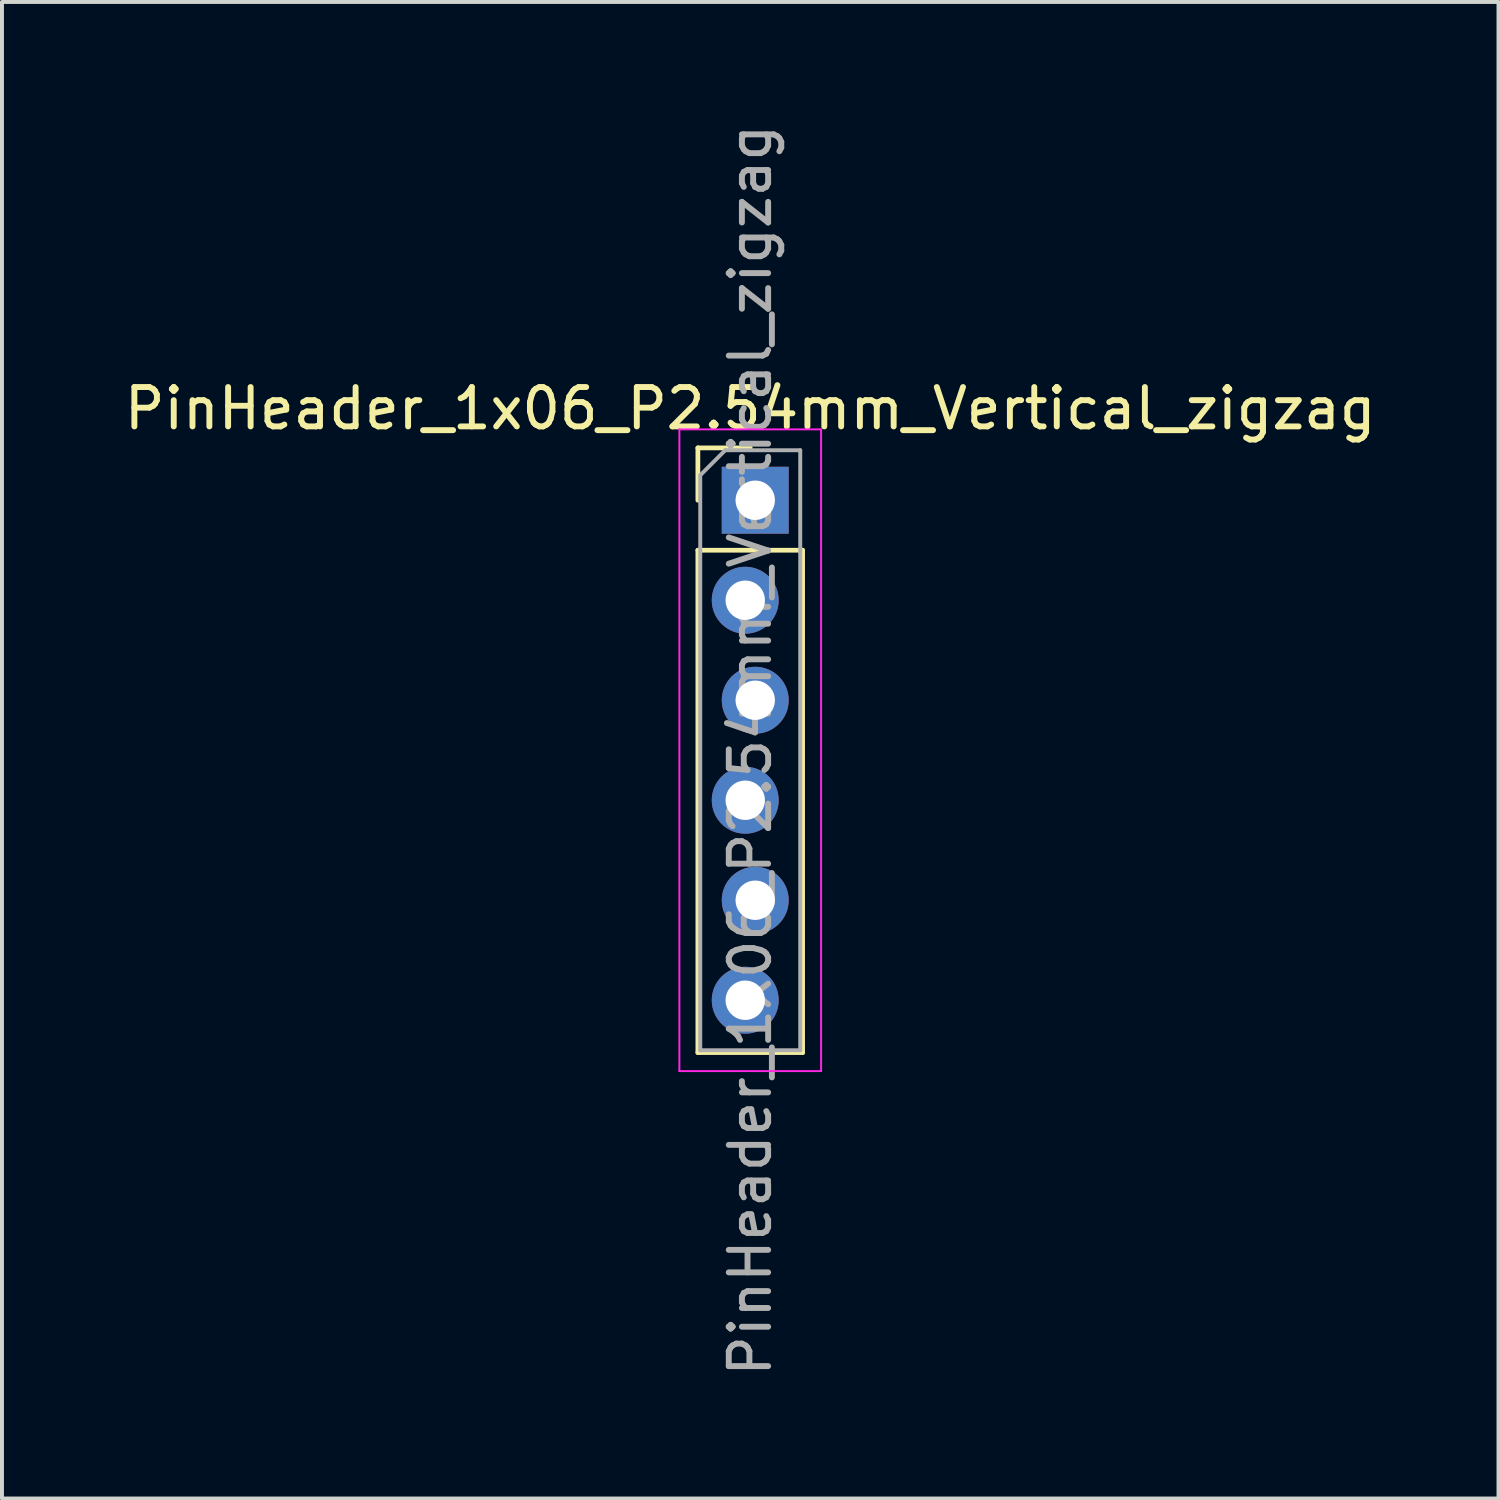
<source format=kicad_pcb>
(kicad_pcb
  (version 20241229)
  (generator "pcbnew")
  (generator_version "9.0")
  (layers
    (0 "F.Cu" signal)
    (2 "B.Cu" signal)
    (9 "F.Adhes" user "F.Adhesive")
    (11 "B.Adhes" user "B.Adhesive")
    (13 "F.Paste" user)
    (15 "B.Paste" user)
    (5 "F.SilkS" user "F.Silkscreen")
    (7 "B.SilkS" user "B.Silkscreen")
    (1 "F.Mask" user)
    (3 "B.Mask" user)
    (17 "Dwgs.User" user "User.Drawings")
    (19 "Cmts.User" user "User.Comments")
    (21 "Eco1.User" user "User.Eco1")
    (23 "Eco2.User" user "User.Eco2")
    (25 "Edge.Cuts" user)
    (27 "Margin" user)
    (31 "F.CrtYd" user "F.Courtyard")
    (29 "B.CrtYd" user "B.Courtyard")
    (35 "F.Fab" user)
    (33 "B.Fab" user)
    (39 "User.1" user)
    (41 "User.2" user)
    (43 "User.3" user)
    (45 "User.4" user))
  (footprint "PinHeader_1x06_P2.54mm_Vertical_zigzag"
    (layer "F.Cu")
    (at 16.006 9.656)
    (property "Reference" "PinHeader_1x06_P2.54mm_Vertical_zigzag" (at 0 -2.33 0) (layer "F.SilkS") (effects (font (size 1 1) (thickness 0.15))))
    (attr through_hole)
    (fp_line (start -1.33 -1.33) (end 0 -1.33) (stroke (width 0.12) (type solid)) (layer "F.SilkS"))
    (fp_line (start -1.33 0) (end -1.33 -1.33) (stroke (width 0.12) (type solid)) (layer "F.SilkS"))
    (fp_line (start -1.33 1.27) (end -1.33 14.03) (stroke (width 0.12) (type solid)) (layer "F.SilkS"))
    (fp_line (start -1.33 1.27) (end 1.33 1.27) (stroke (width 0.12) (type solid)) (layer "F.SilkS"))
    (fp_line (start -1.33 14.03) (end 1.33 14.03) (stroke (width 0.12) (type solid)) (layer "F.SilkS"))
    (fp_line (start 1.33 1.27) (end 1.33 14.03) (stroke (width 0.12) (type solid)) (layer "F.SilkS"))
    (fp_line (start -1.8 -1.8) (end -1.8 14.5) (stroke (width 0.05) (type solid)) (layer "F.CrtYd"))
    (fp_line (start -1.8 14.5) (end 1.8 14.5) (stroke (width 0.05) (type solid)) (layer "F.CrtYd"))
    (fp_line (start 1.8 -1.8) (end -1.8 -1.8) (stroke (width 0.05) (type solid)) (layer "F.CrtYd"))
    (fp_line (start 1.8 14.5) (end 1.8 -1.8) (stroke (width 0.05) (type solid)) (layer "F.CrtYd"))
    (fp_line (start -1.27 -0.635) (end -0.635 -1.27) (stroke (width 0.1) (type solid)) (layer "F.Fab"))
    (fp_line (start -1.27 13.97) (end -1.27 -0.635) (stroke (width 0.1) (type solid)) (layer "F.Fab"))
    (fp_line (start -0.635 -1.27) (end 1.27 -1.27) (stroke (width 0.1) (type solid)) (layer "F.Fab"))
    (fp_line (start 1.27 -1.27) (end 1.27 13.97) (stroke (width 0.1) (type solid)) (layer "F.Fab"))
    (fp_line (start 1.27 13.97) (end -1.27 13.97) (stroke (width 0.1) (type solid)) (layer "F.Fab"))
    (fp_text user "${REFERENCE}" (at 0 6.35 90) (layer "F.Fab") (effects (font (size 1 1) (thickness 0.15))))
    (pad "1" thru_hole rect (at 0.127 0) (size 1.7 1.7) (drill 1) (layers "*.Cu" "*.Mask"))
    (pad "2" thru_hole oval (at -0.127 2.54) (size 1.7 1.7) (drill 1) (layers "*.Cu" "*.Mask"))
    (pad "3" thru_hole oval (at 0.127 5.08) (size 1.7 1.7) (drill 1) (layers "*.Cu" "*.Mask"))
    (pad "4" thru_hole oval (at -0.127 7.62) (size 1.7 1.7) (drill 1) (layers "*.Cu" "*.Mask"))
    (pad "5" thru_hole oval (at 0.127 10.16) (size 1.7 1.7) (drill 1) (layers "*.Cu" "*.Mask"))
    (pad "6" thru_hole oval (at -0.127 12.7) (size 1.7 1.7) (drill 1) (layers "*.Cu" "*.Mask")))
  (gr_rect
    (start -3 -3)
    (end 35.012 35.012)
    (stroke (width 0.1) (type default))
    (fill no)
    (layer "Edge.Cuts")))
</source>
